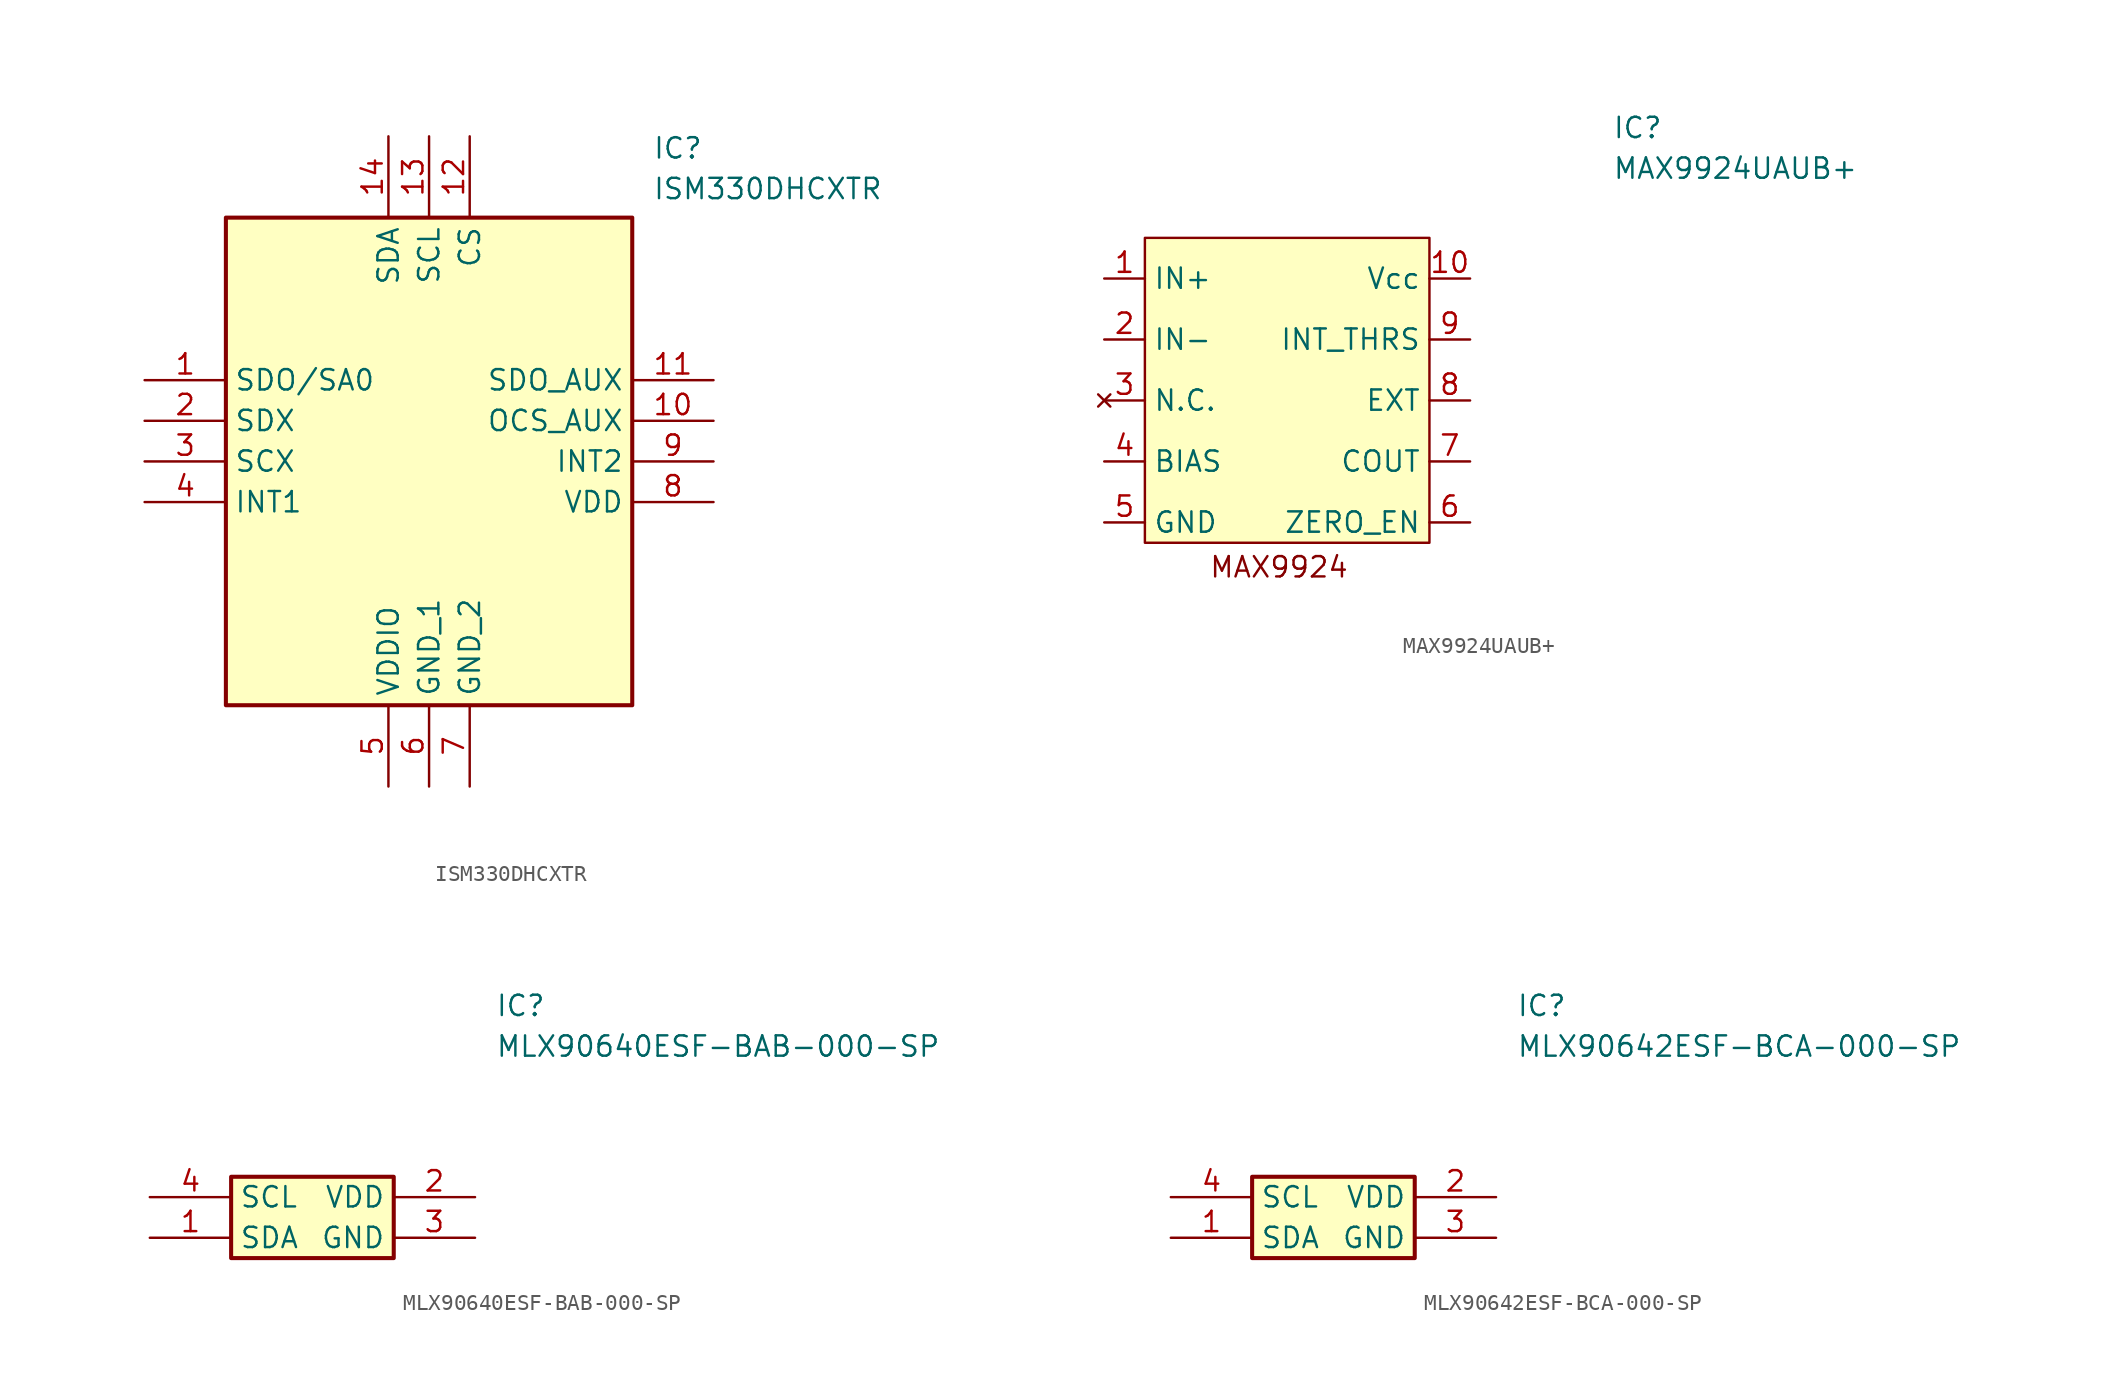
<source format=kicad_sym>
(kicad_symbol_lib
  (version 20241209)
  (generator "kicad_symbol_editor")
  (generator_version "9.0")
  (symbol "ISM330DHCXTR"
    (property "Reference" "IC"
      (at 31.75 15.24 0)
      (effects (font (size 1.27 1.27)) (justify left top)))
    (property "Value" "ISM330DHCXTR"
      (at 31.75 12.7 0)
      (effects (font (size 1.27 1.27)) (justify left top)))
    (symbol "ISM330DHCXTR_1_1"
      (rectangle (start 5.08 10.16) (end 30.48 -20.32) (stroke (width 0.254) (type default)) (fill (type background)))
      (pin passive line (at 0 0 0) (length 5.08) (name "SDO/SA0" (effects (font (size 1.27 1.27)))) (number "1" (effects (font (size 1.27 1.27)))))
      (pin passive line (at 0 -2.54 0) (length 5.08) (name "SDX" (effects (font (size 1.27 1.27)))) (number "2" (effects (font (size 1.27 1.27)))))
      (pin passive line (at 0 -5.08 0) (length 5.08) (name "SCX" (effects (font (size 1.27 1.27)))) (number "3" (effects (font (size 1.27 1.27)))))
      (pin passive line (at 0 -7.62 0) (length 5.08) (name "INT1" (effects (font (size 1.27 1.27)))) (number "4" (effects (font (size 1.27 1.27)))))
      (pin passive line (at 15.24 15.24 270) (length 5.08) (name "SDA" (effects (font (size 1.27 1.27)))) (number "14" (effects (font (size 1.27 1.27)))))
      (pin passive line (at 15.24 -25.4 90) (length 5.08) (name "VDDIO" (effects (font (size 1.27 1.27)))) (number "5" (effects (font (size 1.27 1.27)))))
      (pin passive line (at 17.78 15.24 270) (length 5.08) (name "SCL" (effects (font (size 1.27 1.27)))) (number "13" (effects (font (size 1.27 1.27)))))
      (pin passive line (at 17.78 -25.4 90) (length 5.08) (name "GND_1" (effects (font (size 1.27 1.27)))) (number "6" (effects (font (size 1.27 1.27)))))
      (pin passive line (at 20.32 15.24 270) (length 5.08) (name "CS" (effects (font (size 1.27 1.27)))) (number "12" (effects (font (size 1.27 1.27)))))
      (pin passive line (at 20.32 -25.4 90) (length 5.08) (name "GND_2" (effects (font (size 1.27 1.27)))) (number "7" (effects (font (size 1.27 1.27)))))
      (pin passive line (at 35.56 0 180) (length 5.08) (name "SDO_AUX" (effects (font (size 1.27 1.27)))) (number "11" (effects (font (size 1.27 1.27)))))
      (pin passive line (at 35.56 -2.54 180) (length 5.08) (name "OCS_AUX" (effects (font (size 1.27 1.27)))) (number "10" (effects (font (size 1.27 1.27)))))
      (pin passive line (at 35.56 -5.08 180) (length 5.08) (name "INT2" (effects (font (size 1.27 1.27)))) (number "9" (effects (font (size 1.27 1.27)))))
      (pin passive line (at 35.56 -7.62 180) (length 5.08) (name "VDD" (effects (font (size 1.27 1.27)))) (number "8" (effects (font (size 1.27 1.27)))))))
  (symbol "MAX9924UAUB+"
    (property "Reference" "IC"
      (at 29.21 7.62 0)
      (effects (font (size 1.27 1.27)) (justify left top)))
    (property "Value" "MAX9924UAUB+"
      (at 29.21 5.08 0)
      (effects (font (size 1.27 1.27)) (justify left top)))
    (symbol "MAX9924UAUB+_1_1"
      (rectangle (start 0 0) (end 17.78 -19.05) (stroke (width 0) (type default)) (fill (type background)))
      (text "MAX9924\n" (at 8.382 -20.574 0) (effects (font (size 1.27 1.27))))
      (pin bidirectional line (at -2.54 -2.54 0) (length 2.54) (name "IN+" (effects (font (size 1.27 1.27)))) (number "1" (effects (font (size 1.27 1.27)))))
      (pin bidirectional line (at -2.54 -6.35 0) (length 2.54) (name "IN-" (effects (font (size 1.27 1.27)))) (number "2" (effects (font (size 1.27 1.27)))))
      (pin no_connect line (at -2.54 -10.16 0) (length 2.54) (name "N.C." (effects (font (size 1.27 1.27)))) (number "3" (effects (font (size 1.27 1.27)))))
      (pin bidirectional line (at -2.54 -13.97 0) (length 2.54) (name "BIAS" (effects (font (size 1.27 1.27)))) (number "4" (effects (font (size 1.27 1.27)))))
      (pin bidirectional line (at -2.54 -17.78 0) (length 2.54) (name "GND" (effects (font (size 1.27 1.27)))) (number "5" (effects (font (size 1.27 1.27)))))
      (pin bidirectional line (at 20.32 -2.54 180) (length 2.54) (name "Vcc" (effects (font (size 1.27 1.27)))) (number "10" (effects (font (size 1.27 1.27)))))
      (pin bidirectional line (at 20.32 -6.35 180) (length 2.54) (name "INT_THRS" (effects (font (size 1.27 1.27)))) (number "9" (effects (font (size 1.27 1.27)))))
      (pin bidirectional line (at 20.32 -10.16 180) (length 2.54) (name "EXT" (effects (font (size 1.27 1.27)))) (number "8" (effects (font (size 1.27 1.27)))))
      (pin bidirectional line (at 20.32 -13.97 180) (length 2.54) (name "COUT" (effects (font (size 1.27 1.27)))) (number "7" (effects (font (size 1.27 1.27)))))
      (pin bidirectional line (at 20.32 -17.78 180) (length 2.54) (name "ZERO_EN" (effects (font (size 1.27 1.27)))) (number "6" (effects (font (size 1.27 1.27)))))))
  (symbol "MLX90640ESF-BAB-000-SP"
    (property "Reference" "IC"
      (at 21.59 15.24 0)
      (effects (font (size 1.27 1.27)) (justify left top)))
    (property "Value" "MLX90640ESF-BAB-000-SP"
      (at 21.59 12.7 0)
      (effects (font (size 1.27 1.27)) (justify left top)))
    (symbol "MLX90640ESF-BAB-000-SP_1_1"
      (rectangle (start 5.08 3.81) (end 15.24 -1.27) (stroke (width 0.254) (type default)) (fill (type background)))
      (pin passive line (at 0 2.54 0) (length 5.08) (name "SCL" (effects (font (size 1.27 1.27)))) (number "4" (effects (font (size 1.27 1.27)))))
      (pin passive line (at 0 0 0) (length 5.08) (name "SDA" (effects (font (size 1.27 1.27)))) (number "1" (effects (font (size 1.27 1.27)))))
      (pin passive line (at 20.32 2.54 180) (length 5.08) (name "VDD" (effects (font (size 1.27 1.27)))) (number "2" (effects (font (size 1.27 1.27)))))
      (pin passive line (at 20.32 0 180) (length 5.08) (name "GND" (effects (font (size 1.27 1.27)))) (number "3" (effects (font (size 1.27 1.27)))))))
  (symbol "MLX90642ESF-BCA-000-SP"
    (property "Reference" "IC"
      (at 21.59 15.24 0)
      (effects (font (size 1.27 1.27)) (justify left top)))
    (property "Value" "MLX90642ESF-BCA-000-SP"
      (at 21.59 12.7 0)
      (effects (font (size 1.27 1.27)) (justify left top)))
    (symbol "MLX90642ESF-BCA-000-SP_1_1"
      (rectangle (start 5.08 3.81) (end 15.24 -1.27) (stroke (width 0.254) (type default)) (fill (type background)))
      (pin passive line (at 0 2.54 0) (length 5.08) (name "SCL" (effects (font (size 1.27 1.27)))) (number "4" (effects (font (size 1.27 1.27)))))
      (pin passive line (at 0 0 0) (length 5.08) (name "SDA" (effects (font (size 1.27 1.27)))) (number "1" (effects (font (size 1.27 1.27)))))
      (pin passive line (at 20.32 2.54 180) (length 5.08) (name "VDD" (effects (font (size 1.27 1.27)))) (number "2" (effects (font (size 1.27 1.27)))))
      (pin passive line (at 20.32 0 180) (length 5.08) (name "GND" (effects (font (size 1.27 1.27)))) (number "3" (effects (font (size 1.27 1.27))))))))
</source>
